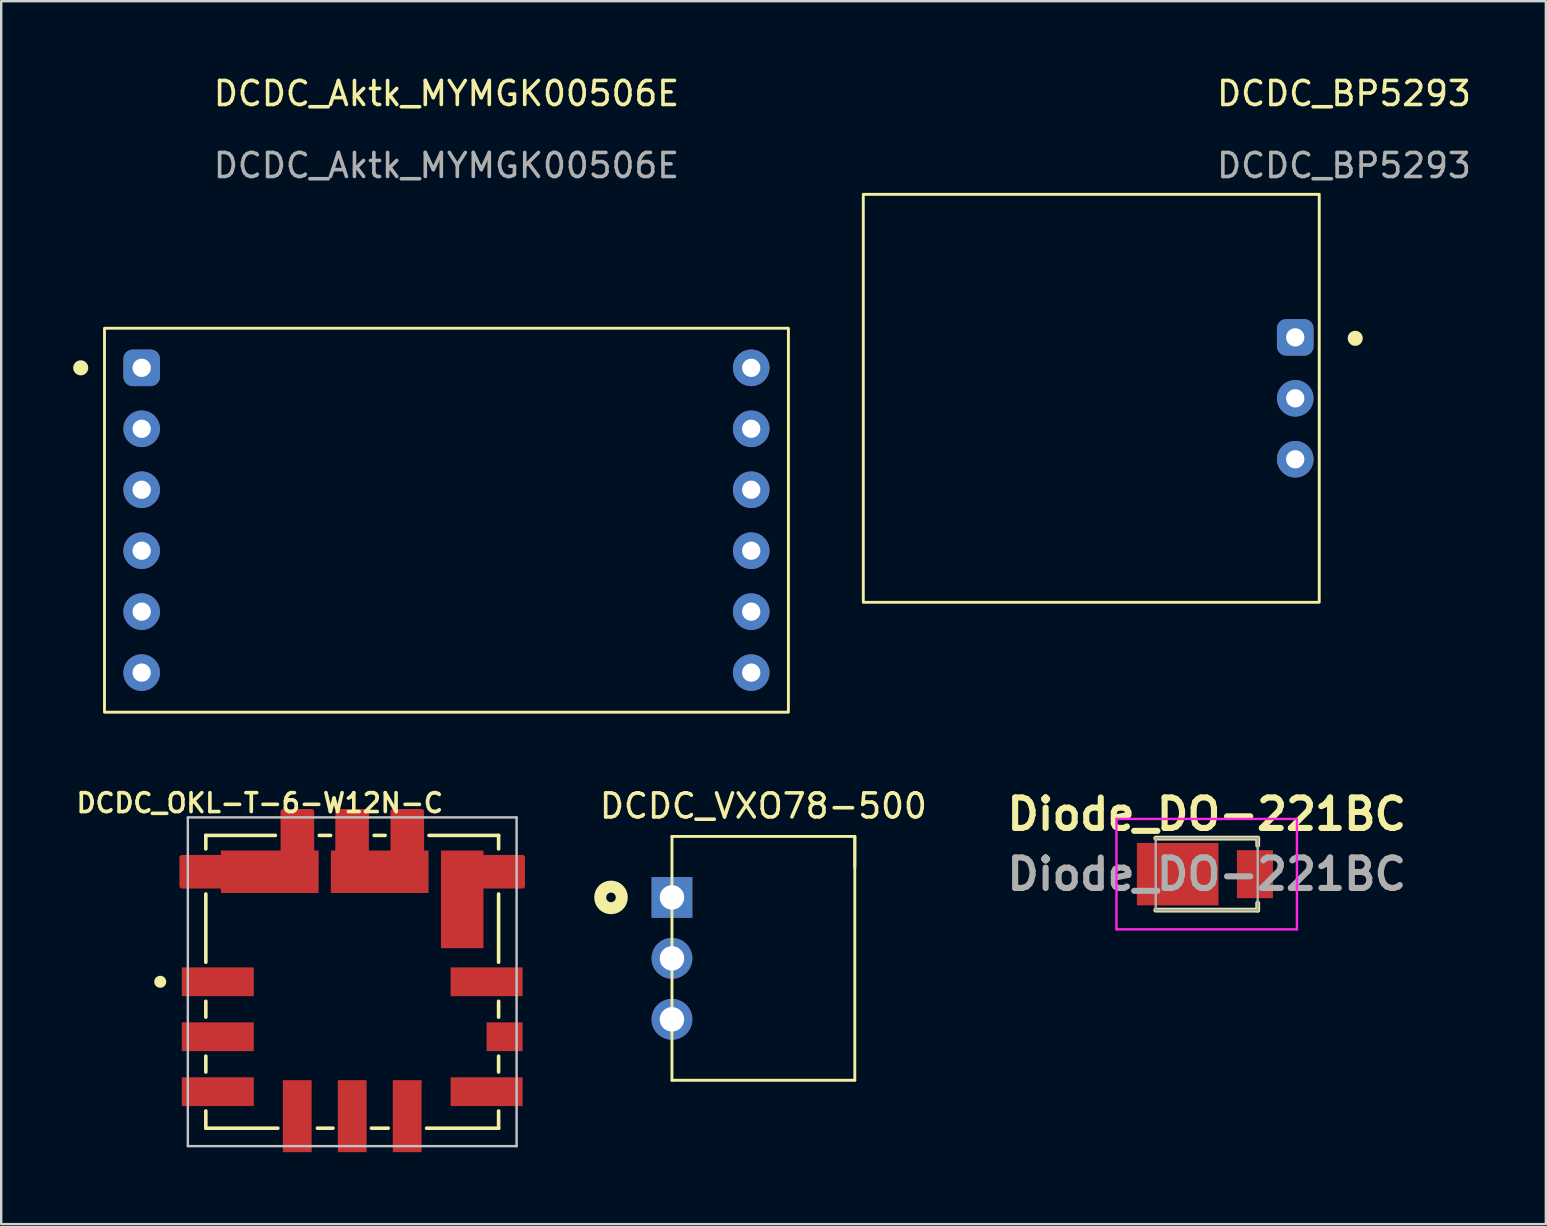
<source format=kicad_pcb>
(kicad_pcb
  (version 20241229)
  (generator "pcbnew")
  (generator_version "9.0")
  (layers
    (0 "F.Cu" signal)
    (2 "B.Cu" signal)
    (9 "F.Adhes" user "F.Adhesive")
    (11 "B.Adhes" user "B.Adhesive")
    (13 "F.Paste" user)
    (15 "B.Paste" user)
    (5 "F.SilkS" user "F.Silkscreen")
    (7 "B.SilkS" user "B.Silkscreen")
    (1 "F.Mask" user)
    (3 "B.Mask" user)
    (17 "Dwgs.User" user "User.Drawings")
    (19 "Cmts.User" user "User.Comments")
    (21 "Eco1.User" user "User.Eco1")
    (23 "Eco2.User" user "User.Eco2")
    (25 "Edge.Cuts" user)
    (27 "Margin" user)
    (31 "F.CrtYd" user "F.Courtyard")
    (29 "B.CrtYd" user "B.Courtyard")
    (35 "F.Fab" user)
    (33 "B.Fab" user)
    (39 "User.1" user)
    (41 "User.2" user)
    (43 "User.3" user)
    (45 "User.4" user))
  (footprint "DCDC_BP5293"
    (layer "F.Cu")
    (at 50.924 13.548)
    (property "Reference" "DCDC_BP5293" (at 2.032 -12.7 0) (unlocked yes) (layer "F.SilkS") (effects (font (size 1 1) (thickness 0.15))))
    (attr through_hole)
    (fp_rect (start -18 -8.5) (end 1 8.5) (stroke (width 0.12) (type solid)) (fill no) (layer "F.SilkS"))
    (fp_circle (center 2.5 -2.5) (end 2.754 -2.5) (stroke (width 0.12) (type solid)) (fill yes) (layer "F.SilkS"))
    (fp_text user "${REFERENCE}" (at 2.032 -9.7 0) (unlocked yes) (layer "F.Fab") (effects (font (size 1 1) (thickness 0.15))))
    (pad "1" thru_hole roundrect (at 0 -2.54) (size 1.524 1.524) (drill 0.762) (layers "*.Cu" "*.Mask") (roundrect_rratio 0.25))
    (pad "2" thru_hole circle (at 0 0) (size 1.524 1.524) (drill 0.762) (layers "*.Cu" "*.Mask"))
    (pad "3" thru_hole circle (at 0 2.54) (size 1.524 1.524) (drill 0.762) (layers "*.Cu" "*.Mask")))
  (footprint "DCDC_OKL-T-6-W12N-C"
    (layer "F.Cu")
    (at 11.627 37.862)
    (property "Reference" "DCDC_OKL-T-6-W12N-C" (at -3.85 -7.45 0) (layer "F.SilkS") (effects (font (size 0.787 0.787) (thickness 0.15))))
    (attr smd)
    (fp_line (start -6.1 -5.537) (end -6.1 -6.1) (stroke (width 0.15) (type solid)) (layer "F.SilkS"))
    (fp_line (start -6.1 -0.813) (end -6.1 -3.658) (stroke (width 0.15) (type solid)) (layer "F.SilkS"))
    (fp_line (start -6.1 0.813) (end -6.1 1.473) (stroke (width 0.15) (type solid)) (layer "F.SilkS"))
    (fp_line (start -6.1 3.099) (end -6.1 3.759) (stroke (width 0.15) (type solid)) (layer "F.SilkS"))
    (fp_line (start -6.1 5.385) (end -6.1 6.1) (stroke (width 0.15) (type solid)) (layer "F.SilkS"))
    (fp_line (start -3.2 -6.1) (end -6.1 -6.1) (stroke (width 0.15) (type solid)) (layer "F.SilkS"))
    (fp_line (start -3.1 6.1) (end -6.1 6.1) (stroke (width 0.15) (type solid)) (layer "F.SilkS"))
    (fp_line (start -0.9 -6.1) (end -1.372 -6.1) (stroke (width 0.15) (type solid)) (layer "F.SilkS"))
    (fp_line (start -0.8 6.1) (end -1.45 6.1) (stroke (width 0.15) (type solid)) (layer "F.SilkS"))
    (fp_line (start 1.372 -6.1) (end 0.914 -6.1) (stroke (width 0.15) (type solid)) (layer "F.SilkS"))
    (fp_line (start 1.5 6.1) (end 0.8 6.1) (stroke (width 0.15) (type solid)) (layer "F.SilkS"))
    (fp_line (start 3.1 6.1) (end 6.1 6.1) (stroke (width 0.15) (type solid)) (layer "F.SilkS"))
    (fp_line (start 3.2 -6.1) (end 6.1 -6.1) (stroke (width 0.15) (type solid)) (layer "F.SilkS"))
    (fp_line (start 6.1 -5.537) (end 6.1 -6.1) (stroke (width 0.15) (type solid)) (layer "F.SilkS"))
    (fp_line (start 6.1 -0.813) (end 6.1 -3.658) (stroke (width 0.15) (type solid)) (layer "F.SilkS"))
    (fp_line (start 6.1 0.813) (end 6.1 1.473) (stroke (width 0.15) (type solid)) (layer "F.SilkS"))
    (fp_line (start 6.1 3.099) (end 6.1 3.759) (stroke (width 0.15) (type solid)) (layer "F.SilkS"))
    (fp_line (start 6.1 5.385) (end 6.1 6.1) (stroke (width 0.15) (type solid)) (layer "F.SilkS"))
    (fp_circle (center -8 0) (end -7.75 0) (stroke (width 0) (type solid)) (fill yes) (layer "F.SilkS"))
    (fp_line (start -6.85 -6.85) (end 6.85 -6.85) (stroke (width 0.1) (type solid)) (layer "Dwgs.User"))
    (fp_line (start -6.85 6.85) (end -6.85 -6.85) (stroke (width 0.1) (type solid)) (layer "Dwgs.User"))
    (fp_line (start 6.85 -6.85) (end 6.85 6.85) (stroke (width 0.1) (type solid)) (layer "Dwgs.User"))
    (fp_line (start 6.85 6.85) (end -6.85 6.85) (stroke (width 0.1) (type solid)) (layer "Dwgs.User"))
    (pad "1" smd rect (at -5.6 0) (size 3 1.2) (layers "F.Cu" "F.Mask" "F.Paste"))
    (pad "2" smd custom (at -3.435 -4.585 270) (size 1.77 4.07) (layers "F.Cu" "F.Mask" "F.Paste") (options (anchor rect)) (primitives (gr_poly (pts (xy -0.885 -1.75) (xy -2.515 -1.75) (xy -2.515 -0.55) (xy -0.885 -0.55)) (width 0.2) (fill yes)) (gr_poly (pts (xy -0.6 3.665) (xy -0.6 2.035) (xy 0.6 2.035) (xy 0.6 3.665)) (width 0.2) (fill yes))))
    (pad "3" smd custom (at 1.145 -4.585) (size 4.07 1.77) (layers "F.Cu" "F.Mask" "F.Paste") (options (anchor rect)) (primitives (gr_poly (pts (xy 0.55 -2.515) (xy 1.75 -2.515) (xy 1.75 -0.885) (xy 0.55 -0.885)) (width 0.2) (fill yes)) (gr_poly (pts (xy -0.55 -2.515) (xy -1.75 -2.515) (xy -1.75 -0.885) (xy -0.55 -0.885)) (width 0.2) (fill yes))))
    (pad "4" smd custom (at 4.585 -3.435) (size 1.77 4.07) (layers "F.Cu" "F.Mask" "F.Paste") (options (anchor rect)) (primitives (gr_poly (pts (xy 0.885 -1.75) (xy 2.515 -1.75) (xy 2.515 -0.55) (xy 0.885 -0.55)) (width 0.2) (fill yes))))
    (pad "5" smd rect (at 5.6 0) (size 3 1.2) (layers "F.Cu" "F.Mask" "F.Paste"))
    (pad "6" smd rect (at 5.6 4.58) (size 3 1.2) (layers "F.Cu" "F.Mask" "F.Paste"))
    (pad "7" smd rect (at 0 5.6) (size 1.2 3) (layers "F.Cu" "F.Mask" "F.Paste"))
    (pad "8" smd rect (at -2.29 5.6) (size 1.2 3) (layers "F.Cu" "F.Mask" "F.Paste"))
    (pad "9" smd rect (at -5.6 4.58) (size 3 1.2) (layers "F.Cu" "F.Mask" "F.Paste"))
    (pad "10" smd rect (at -5.6 2.29) (size 3 1.2) (layers "F.Cu" "F.Mask" "F.Paste"))
    (pad "11" smd rect (at 6.35 2.29) (size 1.5 1.2) (layers "F.Cu" "F.Mask" "F.Paste"))
    (pad "12" smd rect (at 2.29 5.6) (size 1.2 3) (layers "F.Cu" "F.Mask" "F.Paste")))
  (footprint "Diode_DO-221BC"
    (layer "F.Cu")
    (at 47.235 33.377)
    (property "Reference" "Diode_DO-221BC" (at 0 -2.5 0) (layer "F.SilkS") (effects (font (size 1.27 1.27) (thickness 0.254))))
    (attr smd)
    (fp_line (start -3.4 0) (end -3.4 0) (stroke (width 0.1) (type solid)) (layer "F.SilkS"))
    (fp_line (start -3.3 0) (end -3.3 0) (stroke (width 0.1) (type solid)) (layer "F.SilkS"))
    (fp_line (start -2.125 -1.5) (end 2.125 -1.5) (stroke (width 0.2) (type solid)) (layer "F.SilkS"))
    (fp_line (start -2.125 1.5) (end 2.125 1.5) (stroke (width 0.2) (type solid)) (layer "F.SilkS"))
    (fp_line (start 2.125 -1.5) (end 2.125 -1.2) (stroke (width 0.2) (type solid)) (layer "F.SilkS"))
    (fp_line (start 2.125 1.5) (end 2.125 1.2) (stroke (width 0.2) (type solid)) (layer "F.SilkS"))
    (fp_arc (start -3.4 0) (mid -3.35 -0.05) (end -3.3 0) (stroke (width 0.1) (type solid)) (layer "F.SilkS"))
    (fp_arc (start -3.3 0) (mid -3.35 0.05) (end -3.4 0) (stroke (width 0.1) (type solid)) (layer "F.SilkS"))
    (fp_line (start -3.76 -2.3) (end 3.76 -2.3) (stroke (width 0.1) (type solid)) (layer "F.CrtYd"))
    (fp_line (start -3.76 2.3) (end -3.76 -2.3) (stroke (width 0.1) (type solid)) (layer "F.CrtYd"))
    (fp_line (start 3.76 -2.3) (end 3.76 2.3) (stroke (width 0.1) (type solid)) (layer "F.CrtYd"))
    (fp_line (start 3.76 2.3) (end -3.76 2.3) (stroke (width 0.1) (type solid)) (layer "F.CrtYd"))
    (fp_line (start -2.125 -1.5) (end 2.125 -1.5) (stroke (width 0.1) (type solid)) (layer "F.Fab"))
    (fp_line (start -2.125 1.5) (end -2.125 -1.5) (stroke (width 0.1) (type solid)) (layer "F.Fab"))
    (fp_line (start 2.125 -1.5) (end 2.125 1.5) (stroke (width 0.1) (type solid)) (layer "F.Fab"))
    (fp_line (start 2.125 1.5) (end -2.125 1.5) (stroke (width 0.1) (type solid)) (layer "F.Fab"))
    (fp_text user "${REFERENCE}" (at 0 0 0) (layer "F.Fab") (effects (font (size 1.27 1.27) (thickness 0.254))))
    (pad "1" smd rect (at -1.21 0 90) (size 2.6 3.4) (layers "F.Cu" "F.Mask" "F.Paste"))
    (pad "2" smd rect (at 2.01 0) (size 1.5 2) (layers "F.Cu" "F.Mask" "F.Paste")))
  (footprint "DCDC_VXO78-500"
    (layer "F.Cu")
    (at 24.951 31.806)
    (property "Reference" "DCDC_VXO78-500" (at 3.81 -1.27 0) (layer "F.SilkS") (effects (font (size 1 1) (thickness 0.15))))
    (attr through_hole)
    (fp_line (start 0 0) (end 0 10.16) (stroke (width 0.12) (type solid)) (layer "F.SilkS"))
    (fp_line (start 0 0) (end 7.62 0) (stroke (width 0.12) (type solid)) (layer "F.SilkS"))
    (fp_line (start 7.62 0) (end 7.62 1.27) (stroke (width 0.12) (type solid)) (layer "F.SilkS"))
    (fp_line (start 7.62 0) (end 7.62 10.16) (stroke (width 0.12) (type solid)) (layer "F.SilkS"))
    (fp_line (start 7.62 10.16) (end 0 10.16) (stroke (width 0.12) (type solid)) (layer "F.SilkS"))
    (fp_circle (center -2.54 2.54) (end -2.34 2.54) (stroke (width 0.5) (type solid)) (fill no) (layer "F.SilkS"))
    (pad "1" thru_hole rect (at 0 2.54) (size 1.7 1.7) (drill 1.02) (layers "*.Cu" "*.Mask"))
    (pad "2" thru_hole circle (at 0 5.08) (size 1.7 1.7) (drill 1.02) (layers "*.Cu" "*.Mask"))
    (pad "3" thru_hole circle (at 0 7.62) (size 1.7 1.7) (drill 1.02) (layers "*.Cu" "*.Mask")))
  (footprint "DCDC_Aktk_MYMGK00506E"
    (layer "F.Cu")
    (at 15.554 18.628)
    (property "Reference" "DCDC_Aktk_MYMGK00506E" (at 0 -17.78 0) (unlocked yes) (layer "F.SilkS") (effects (font (size 1 1) (thickness 0.15))))
    (attr through_hole)
    (fp_rect (start -14.25 -8) (end 14.25 8) (stroke (width 0.12) (type solid)) (fill no) (layer "F.SilkS"))
    (fp_circle (center -15.24 -6.35) (end -14.986 -6.35) (stroke (width 0.12) (type solid)) (fill yes) (layer "F.SilkS"))
    (fp_text user "${REFERENCE}" (at 0 -14.78 0) (unlocked yes) (layer "F.Fab") (effects (font (size 1 1) (thickness 0.15))))
    (pad "1" thru_hole roundrect (at -12.7 -6.35) (size 1.524 1.524) (drill 0.762) (layers "*.Cu" "*.Mask") (roundrect_rratio 0.25))
    (pad "2" thru_hole circle (at -12.7 -3.81) (size 1.524 1.524) (drill 0.762) (layers "*.Cu" "*.Mask"))
    (pad "3" thru_hole circle (at -12.7 -1.27) (size 1.524 1.524) (drill 0.762) (layers "*.Cu" "*.Mask"))
    (pad "4" thru_hole circle (at -12.7 1.27) (size 1.524 1.524) (drill 0.762) (layers "*.Cu" "*.Mask"))
    (pad "5" thru_hole circle (at -12.7 3.81) (size 1.524 1.524) (drill 0.762) (layers "*.Cu" "*.Mask"))
    (pad "6" thru_hole circle (at -12.7 6.35) (size 1.524 1.524) (drill 0.762) (layers "*.Cu" "*.Mask"))
    (pad "7" thru_hole circle (at 12.7 6.35) (size 1.524 1.524) (drill 0.762) (layers "*.Cu" "*.Mask"))
    (pad "8" thru_hole circle (at 12.7 3.81) (size 1.524 1.524) (drill 0.762) (layers "*.Cu" "*.Mask"))
    (pad "9" thru_hole circle (at 12.7 1.27) (size 1.524 1.524) (drill 0.762) (layers "*.Cu" "*.Mask"))
    (pad "10" thru_hole circle (at 12.7 -1.27) (size 1.524 1.524) (drill 0.762) (layers "*.Cu" "*.Mask"))
    (pad "11" thru_hole circle (at 12.7 -3.81) (size 1.524 1.524) (drill 0.762) (layers "*.Cu" "*.Mask"))
    (pad "12" thru_hole circle (at 12.7 -6.35) (size 1.524 1.524) (drill 0.762) (layers "*.Cu" "*.Mask")))
  (gr_rect
    (start -3 -3)
    (end 61.367 47.962)
    (stroke (width 0.1) (type default))
    (fill no)
    (layer "Edge.Cuts")))
</source>
